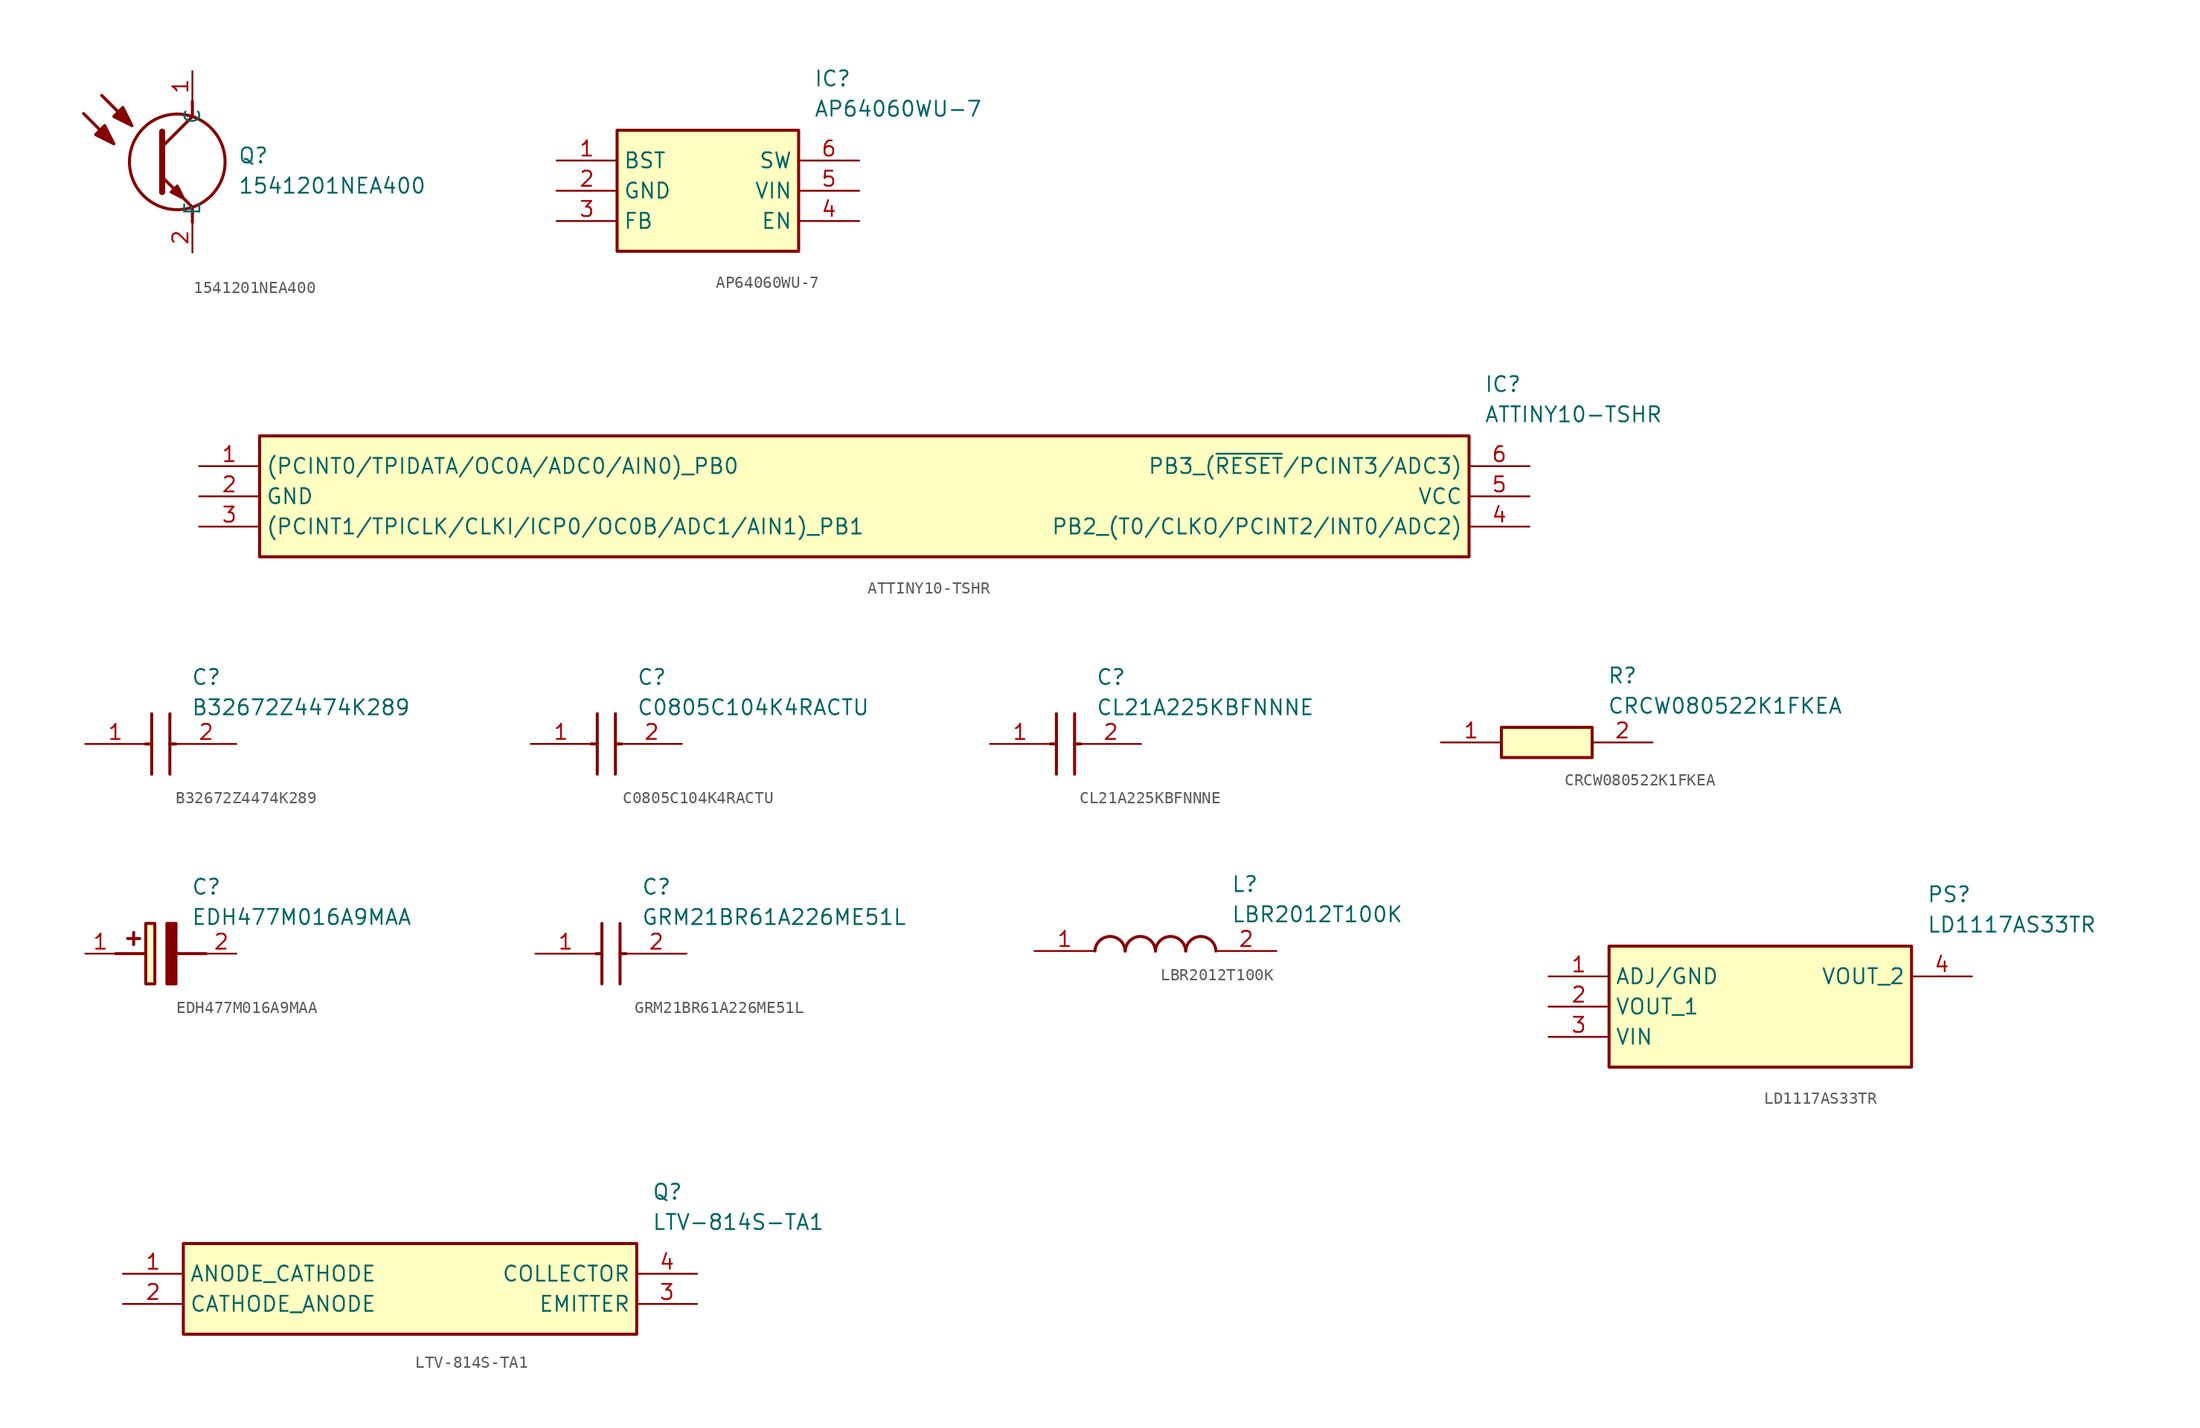
<source format=kicad_sym>
(kicad_symbol_lib
  (version 20241209)
  (generator "kicad_symbol_editor")
  (generator_version "9.0")
  (symbol "1541201NEA400"
    (property "Reference" "Q"
      (at 3.81 -6.35 0)
      (effects (font (size 1.27 1.27)) (justify left top)))
    (property "Value" "1541201NEA400"
      (at 3.81 -8.89 0)
      (effects (font (size 1.27 1.27)) (justify left top)))
    (symbol "1541201NEA400_1_1"
      (polyline (pts (xy -9.144 -3.556) (xy -6.604 -6.096)) (stroke (width 0.254) (type default)) (fill (type none)))
      (polyline (pts (xy -8.128 -5.334) (xy -7.366 -4.572) (xy -6.604 -6.096) (xy -8.128 -5.334)) (stroke (width 0.254) (type default)) (fill (type outline)))
      (polyline (pts (xy -7.62 -2.032) (xy -5.08 -4.572)) (stroke (width 0.254) (type default)) (fill (type none)))
      (polyline (pts (xy -6.604 -3.81) (xy -5.842 -3.048) (xy -5.08 -4.572) (xy -6.604 -3.81)) (stroke (width 0.254) (type default)) (fill (type outline)))
      (polyline (pts (xy -2.54 -5.08) (xy -2.54 -10.16)) (stroke (width 0.508) (type default)) (fill (type none)))
      (polyline (pts (xy -2.54 -6.35) (xy 0 -3.81)) (stroke (width 0.254) (type default)) (fill (type none)))
      (polyline (pts (xy -2.54 -8.89) (xy 0 -11.43)) (stroke (width 0.254) (type default)) (fill (type none)))
      (polyline (pts (xy -1.778 -10.16) (xy -1.27 -9.652) (xy -0.762 -10.668) (xy -1.778 -10.16)) (stroke (width 0.254) (type default)) (fill (type outline)))
      (circle (center -1.27 -7.62) (radius 4.016) (stroke (width 0.254) (type default)) (fill (type none)))
      (polyline (pts (xy 0 -3.81) (xy 0 -2.54)) (stroke (width 0.254) (type default)) (fill (type none)))
      (polyline (pts (xy 0 -11.43) (xy 0 -12.7)) (stroke (width 0.254) (type default)) (fill (type none)))
      (pin passive line (at 0 0 270) (length 2.54) (name "C" (effects (font (size 1.27 1.27)))) (number "1" (effects (font (size 1.27 1.27)))))
      (pin passive line (at 0 -15.24 90) (length 2.54) (name "E" (effects (font (size 1.27 1.27)))) (number "2" (effects (font (size 1.27 1.27)))))))
  (symbol "AP64060WU-7"
    (property "Reference" "IC"
      (at 21.59 7.62 0)
      (effects (font (size 1.27 1.27)) (justify left top)))
    (property "Value" "AP64060WU-7"
      (at 21.59 5.08 0)
      (effects (font (size 1.27 1.27)) (justify left top)))
    (symbol "AP64060WU-7_1_1"
      (rectangle (start 5.08 2.54) (end 20.32 -7.62) (stroke (width 0.254) (type default)) (fill (type background)))
      (pin passive line (at 0 0 0) (length 5.08) (name "BST" (effects (font (size 1.27 1.27)))) (number "1" (effects (font (size 1.27 1.27)))))
      (pin passive line (at 0 -2.54 0) (length 5.08) (name "GND" (effects (font (size 1.27 1.27)))) (number "2" (effects (font (size 1.27 1.27)))))
      (pin passive line (at 0 -5.08 0) (length 5.08) (name "FB" (effects (font (size 1.27 1.27)))) (number "3" (effects (font (size 1.27 1.27)))))
      (pin passive line (at 25.4 0 180) (length 5.08) (name "SW" (effects (font (size 1.27 1.27)))) (number "6" (effects (font (size 1.27 1.27)))))
      (pin passive line (at 25.4 -2.54 180) (length 5.08) (name "VIN" (effects (font (size 1.27 1.27)))) (number "5" (effects (font (size 1.27 1.27)))))
      (pin passive line (at 25.4 -5.08 180) (length 5.08) (name "EN" (effects (font (size 1.27 1.27)))) (number "4" (effects (font (size 1.27 1.27)))))))
  (symbol "ATTINY10-TSHR"
    (property "Reference" "IC"
      (at 107.95 7.62 0)
      (effects (font (size 1.27 1.27)) (justify left top)))
    (property "Value" "ATTINY10-TSHR"
      (at 107.95 5.08 0)
      (effects (font (size 1.27 1.27)) (justify left top)))
    (symbol "ATTINY10-TSHR_1_1"
      (rectangle (start 5.08 2.54) (end 106.68 -7.62) (stroke (width 0.254) (type default)) (fill (type background)))
      (pin passive line (at 0 0 0) (length 5.08) (name "(PCINT0/TPIDATA/OC0A/ADC0/AIN0)_PB0" (effects (font (size 1.27 1.27)))) (number "1" (effects (font (size 1.27 1.27)))))
      (pin passive line (at 0 -2.54 0) (length 5.08) (name "GND" (effects (font (size 1.27 1.27)))) (number "2" (effects (font (size 1.27 1.27)))))
      (pin passive line (at 0 -5.08 0) (length 5.08) (name "(PCINT1/TPICLK/CLKI/ICP0/OC0B/ADC1/AIN1)_PB1" (effects (font (size 1.27 1.27)))) (number "3" (effects (font (size 1.27 1.27)))))
      (pin passive line (at 111.76 0 180) (length 5.08) (name "PB3_(~{RESET}/PCINT3/ADC3)" (effects (font (size 1.27 1.27)))) (number "6" (effects (font (size 1.27 1.27)))))
      (pin passive line (at 111.76 -2.54 180) (length 5.08) (name "VCC" (effects (font (size 1.27 1.27)))) (number "5" (effects (font (size 1.27 1.27)))))
      (pin passive line (at 111.76 -5.08 180) (length 5.08) (name "PB2_(T0/CLKO/PCINT2/INT0/ADC2)" (effects (font (size 1.27 1.27)))) (number "4" (effects (font (size 1.27 1.27)))))))
  (symbol "B32672Z4474K289"
    (pin_names
      (hide yes))
    (property "Reference" "C"
      (at 8.89 6.35 0)
      (effects (font (size 1.27 1.27)) (justify left top)))
    (property "Value" "B32672Z4474K289"
      (at 8.89 3.81 0)
      (effects (font (size 1.27 1.27)) (justify left top)))
    (symbol "B32672Z4474K289_1_1"
      (polyline (pts (xy 5.08 0) (xy 5.588 0)) (stroke (width 0.254) (type default)) (fill (type none)))
      (polyline (pts (xy 5.588 2.54) (xy 5.588 -2.54)) (stroke (width 0.254) (type default)) (fill (type none)))
      (polyline (pts (xy 7.112 2.54) (xy 7.112 -2.54)) (stroke (width 0.254) (type default)) (fill (type none)))
      (polyline (pts (xy 7.112 0) (xy 7.62 0)) (stroke (width 0.254) (type default)) (fill (type none)))
      (pin passive line (at 0 0 0) (length 5.08) (name "1" (effects (font (size 1.27 1.27)))) (number "1" (effects (font (size 1.27 1.27)))))
      (pin passive line (at 12.7 0 180) (length 5.08) (name "2" (effects (font (size 1.27 1.27)))) (number "2" (effects (font (size 1.27 1.27)))))))
  (symbol "C0805C104K4RACTU"
    (pin_names
      (hide yes))
    (property "Reference" "C"
      (at 8.89 6.35 0)
      (effects (font (size 1.27 1.27)) (justify left top)))
    (property "Value" "C0805C104K4RACTU"
      (at 8.89 3.81 0)
      (effects (font (size 1.27 1.27)) (justify left top)))
    (symbol "C0805C104K4RACTU_1_1"
      (polyline (pts (xy 5.08 0) (xy 5.588 0)) (stroke (width 0.254) (type default)) (fill (type none)))
      (polyline (pts (xy 5.588 2.54) (xy 5.588 -2.54)) (stroke (width 0.254) (type default)) (fill (type none)))
      (polyline (pts (xy 7.112 2.54) (xy 7.112 -2.54)) (stroke (width 0.254) (type default)) (fill (type none)))
      (polyline (pts (xy 7.112 0) (xy 7.62 0)) (stroke (width 0.254) (type default)) (fill (type none)))
      (pin passive line (at 0 0 0) (length 5.08) (name "1" (effects (font (size 1.27 1.27)))) (number "1" (effects (font (size 1.27 1.27)))))
      (pin passive line (at 12.7 0 180) (length 5.08) (name "2" (effects (font (size 1.27 1.27)))) (number "2" (effects (font (size 1.27 1.27)))))))
  (symbol "CL21A225KBFNNNE"
    (pin_names
      (hide yes))
    (property "Reference" "C"
      (at 8.89 6.35 0)
      (effects (font (size 1.27 1.27)) (justify left top)))
    (property "Value" "CL21A225KBFNNNE"
      (at 8.89 3.81 0)
      (effects (font (size 1.27 1.27)) (justify left top)))
    (symbol "CL21A225KBFNNNE_1_1"
      (polyline (pts (xy 5.08 0) (xy 5.588 0)) (stroke (width 0.254) (type default)) (fill (type none)))
      (polyline (pts (xy 5.588 2.54) (xy 5.588 -2.54)) (stroke (width 0.254) (type default)) (fill (type none)))
      (polyline (pts (xy 7.112 2.54) (xy 7.112 -2.54)) (stroke (width 0.254) (type default)) (fill (type none)))
      (polyline (pts (xy 7.112 0) (xy 7.62 0)) (stroke (width 0.254) (type default)) (fill (type none)))
      (pin passive line (at 0 0 0) (length 5.08) (name "1" (effects (font (size 1.27 1.27)))) (number "1" (effects (font (size 1.27 1.27)))))
      (pin passive line (at 12.7 0 180) (length 5.08) (name "2" (effects (font (size 1.27 1.27)))) (number "2" (effects (font (size 1.27 1.27)))))))
  (symbol "CRCW080522K1FKEA"
    (pin_names
      (hide yes))
    (property "Reference" "R"
      (at 13.97 6.35 0)
      (effects (font (size 1.27 1.27)) (justify left top)))
    (property "Value" "CRCW080522K1FKEA"
      (at 13.97 3.81 0)
      (effects (font (size 1.27 1.27)) (justify left top)))
    (symbol "CRCW080522K1FKEA_1_1"
      (rectangle (start 5.08 1.27) (end 12.7 -1.27) (stroke (width 0.254) (type default)) (fill (type background)))
      (pin passive line (at 0 0 0) (length 5.08) (name "1" (effects (font (size 1.27 1.27)))) (number "1" (effects (font (size 1.27 1.27)))))
      (pin passive line (at 17.78 0 180) (length 5.08) (name "2" (effects (font (size 1.27 1.27)))) (number "2" (effects (font (size 1.27 1.27)))))))
  (symbol "EDH477M016A9MAA"
    (pin_names
      (hide yes))
    (property "Reference" "C"
      (at 8.89 6.35 0)
      (effects (font (size 1.27 1.27)) (justify left top)))
    (property "Value" "EDH477M016A9MAA"
      (at 8.89 3.81 0)
      (effects (font (size 1.27 1.27)) (justify left top)))
    (symbol "EDH477M016A9MAA_1_1"
      (polyline (pts (xy 2.54 0) (xy 5.08 0)) (stroke (width 0.254) (type default)) (fill (type none)))
      (polyline (pts (xy 4.064 1.778) (xy 4.064 0.762)) (stroke (width 0.254) (type default)) (fill (type none)))
      (polyline (pts (xy 4.572 1.27) (xy 3.556 1.27)) (stroke (width 0.254) (type default)) (fill (type none)))
      (rectangle (start 5.08 2.54) (end 5.842 -2.54) (stroke (width 0.254) (type default)) (fill (type background)))
      (polyline (pts (xy 7.62 2.54) (xy 7.62 -2.54) (xy 6.858 -2.54) (xy 6.858 2.54) (xy 7.62 2.54)) (stroke (width 0.254) (type default)) (fill (type outline)))
      (polyline (pts (xy 7.62 0) (xy 10.16 0)) (stroke (width 0.254) (type default)) (fill (type none)))
      (pin passive line (at 0 0 0) (length 2.54) (name "+" (effects (font (size 1.27 1.27)))) (number "1" (effects (font (size 1.27 1.27)))))
      (pin passive line (at 12.7 0 180) (length 2.54) (name "-" (effects (font (size 1.27 1.27)))) (number "2" (effects (font (size 1.27 1.27)))))))
  (symbol "GRM21BR61A226ME51L"
    (pin_names
      (hide yes))
    (property "Reference" "C"
      (at 8.89 6.35 0)
      (effects (font (size 1.27 1.27)) (justify left top)))
    (property "Value" "GRM21BR61A226ME51L"
      (at 8.89 3.81 0)
      (effects (font (size 1.27 1.27)) (justify left top)))
    (symbol "GRM21BR61A226ME51L_1_1"
      (polyline (pts (xy 5.08 0) (xy 5.588 0)) (stroke (width 0.254) (type default)) (fill (type none)))
      (polyline (pts (xy 5.588 2.54) (xy 5.588 -2.54)) (stroke (width 0.254) (type default)) (fill (type none)))
      (polyline (pts (xy 7.112 2.54) (xy 7.112 -2.54)) (stroke (width 0.254) (type default)) (fill (type none)))
      (polyline (pts (xy 7.112 0) (xy 7.62 0)) (stroke (width 0.254) (type default)) (fill (type none)))
      (pin passive line (at 0 0 0) (length 5.08) (name "1" (effects (font (size 1.27 1.27)))) (number "1" (effects (font (size 1.27 1.27)))))
      (pin passive line (at 12.7 0 180) (length 5.08) (name "2" (effects (font (size 1.27 1.27)))) (number "2" (effects (font (size 1.27 1.27)))))))
  (symbol "LBR2012T100K"
    (pin_names
      (hide yes))
    (property "Reference" "L"
      (at 16.51 6.35 0)
      (effects (font (size 1.27 1.27)) (justify left top)))
    (property "Value" "LBR2012T100K"
      (at 16.51 3.81 0)
      (effects (font (size 1.27 1.27)) (justify left top)))
    (symbol "LBR2012T100K_1_1"
      (arc (start 5.08 0) (mid 6.35 1.219) (end 7.62 0) (stroke (width 0.254) (type default)) (fill (type none)))
      (arc (start 7.62 0) (mid 8.89 1.219) (end 10.16 0) (stroke (width 0.254) (type default)) (fill (type none)))
      (arc (start 10.16 0) (mid 11.43 1.219) (end 12.7 0) (stroke (width 0.254) (type default)) (fill (type none)))
      (arc (start 12.7 0) (mid 13.97 1.219) (end 15.24 0) (stroke (width 0.254) (type default)) (fill (type none)))
      (pin passive line (at 0 0 0) (length 5.08) (name "1" (effects (font (size 1.27 1.27)))) (number "1" (effects (font (size 1.27 1.27)))))
      (pin passive line (at 20.32 0 180) (length 5.08) (name "2" (effects (font (size 1.27 1.27)))) (number "2" (effects (font (size 1.27 1.27)))))))
  (symbol "LD1117AS33TR"
    (property "Reference" "PS"
      (at 31.75 7.62 0)
      (effects (font (size 1.27 1.27)) (justify left top)))
    (property "Value" "LD1117AS33TR"
      (at 31.75 5.08 0)
      (effects (font (size 1.27 1.27)) (justify left top)))
    (symbol "LD1117AS33TR_1_1"
      (rectangle (start 5.08 2.54) (end 30.48 -7.62) (stroke (width 0.254) (type default)) (fill (type background)))
      (pin power_in line (at 0 0 0) (length 5.08) (name "ADJ/GND" (effects (font (size 1.27 1.27)))) (number "1" (effects (font (size 1.27 1.27)))))
      (pin output line (at 0 -2.54 0) (length 5.08) (name "VOUT_1" (effects (font (size 1.27 1.27)))) (number "2" (effects (font (size 1.27 1.27)))))
      (pin input line (at 0 -5.08 0) (length 5.08) (name "VIN" (effects (font (size 1.27 1.27)))) (number "3" (effects (font (size 1.27 1.27)))))
      (pin output line (at 35.56 0 180) (length 5.08) (name "VOUT_2" (effects (font (size 1.27 1.27)))) (number "4" (effects (font (size 1.27 1.27)))))))
  (symbol "LTV-814S-TA1"
    (property "Reference" "Q"
      (at 44.45 7.62 0)
      (effects (font (size 1.27 1.27)) (justify left top)))
    (property "Value" "LTV-814S-TA1"
      (at 44.45 5.08 0)
      (effects (font (size 1.27 1.27)) (justify left top)))
    (symbol "LTV-814S-TA1_1_1"
      (rectangle (start 5.08 2.54) (end 43.18 -5.08) (stroke (width 0.254) (type default)) (fill (type background)))
      (pin passive line (at 0 0 0) (length 5.08) (name "ANODE_CATHODE" (effects (font (size 1.27 1.27)))) (number "1" (effects (font (size 1.27 1.27)))))
      (pin passive line (at 0 -2.54 0) (length 5.08) (name "CATHODE_ANODE" (effects (font (size 1.27 1.27)))) (number "2" (effects (font (size 1.27 1.27)))))
      (pin passive line (at 48.26 0 180) (length 5.08) (name "COLLECTOR" (effects (font (size 1.27 1.27)))) (number "4" (effects (font (size 1.27 1.27)))))
      (pin passive line (at 48.26 -2.54 180) (length 5.08) (name "EMITTER" (effects (font (size 1.27 1.27)))) (number "3" (effects (font (size 1.27 1.27))))))))
</source>
